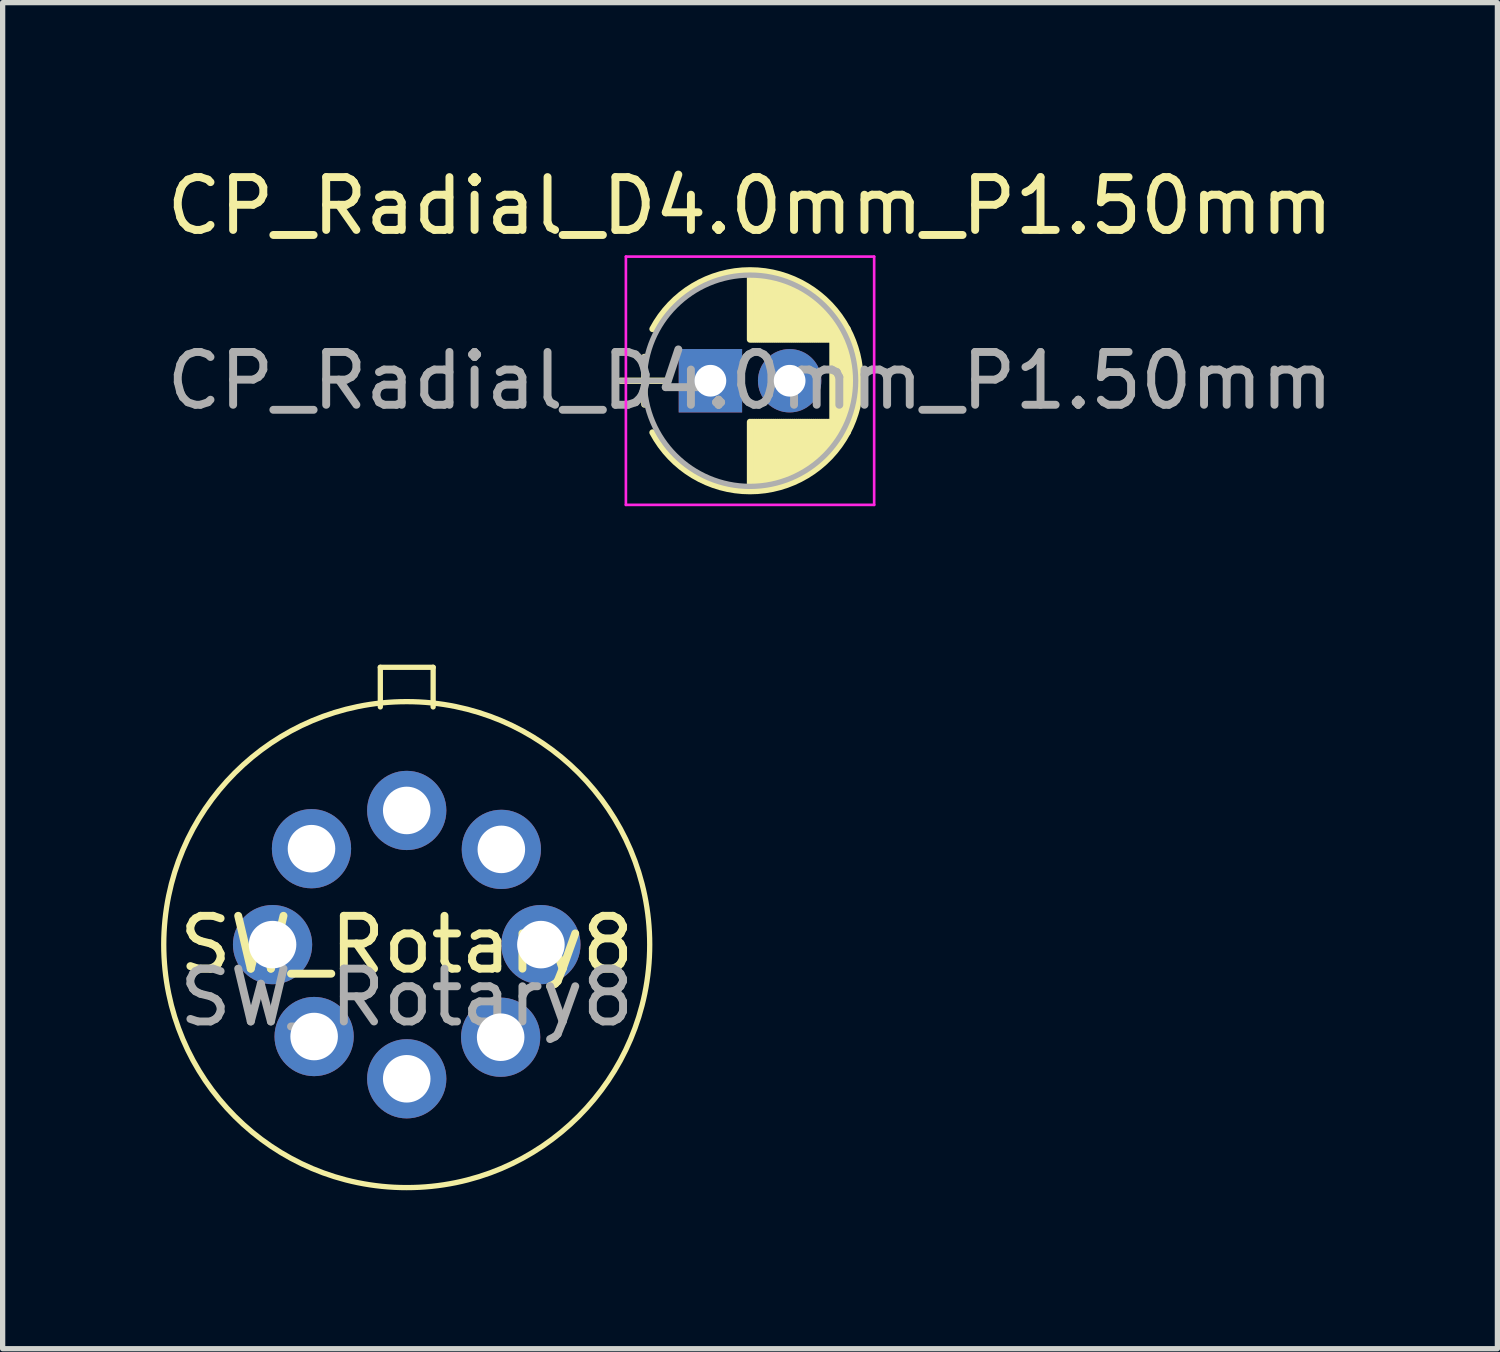
<source format=kicad_pcb>
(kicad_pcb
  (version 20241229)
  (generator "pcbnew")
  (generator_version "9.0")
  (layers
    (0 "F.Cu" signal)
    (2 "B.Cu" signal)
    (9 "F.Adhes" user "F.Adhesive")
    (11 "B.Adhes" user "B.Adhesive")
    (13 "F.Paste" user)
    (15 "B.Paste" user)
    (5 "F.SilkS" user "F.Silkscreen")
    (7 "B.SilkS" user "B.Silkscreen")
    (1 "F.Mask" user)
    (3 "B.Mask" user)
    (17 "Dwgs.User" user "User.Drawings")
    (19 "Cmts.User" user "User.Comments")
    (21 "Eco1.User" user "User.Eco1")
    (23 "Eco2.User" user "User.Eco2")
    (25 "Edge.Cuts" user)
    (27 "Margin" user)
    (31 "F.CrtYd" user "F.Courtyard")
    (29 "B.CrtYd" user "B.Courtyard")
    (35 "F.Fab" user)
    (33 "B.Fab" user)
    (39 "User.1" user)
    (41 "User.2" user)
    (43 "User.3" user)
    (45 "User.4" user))
  (footprint "CP_Radial_D4.0mm_P1.50mm"
    (layer "F.Cu")
    (at 10.399 4.158)
    (property "Reference" "CP_Radial_D4.0mm_P1.50mm" (at 0.75 -3.31 0) (layer "F.SilkS") (effects (font (size 1 1) (thickness 0.15))))
    (attr through_hole)
    (fp_line (start -1.7 0) (end -0.8 0) (stroke (width 0.12) (type solid)) (layer "F.SilkS"))
    (fp_line (start -1.25 -0.45) (end -1.25 0.45) (stroke (width 0.12) (type solid)) (layer "F.SilkS"))
    (fp_line (start 0.75 -2.05) (end 0.75 -0.78) (stroke (width 0.12) (type solid)) (layer "F.SilkS"))
    (fp_line (start 0.75 0.78) (end 0.75 2.05) (stroke (width 0.12) (type solid)) (layer "F.SilkS"))
    (fp_line (start 0.79 -2.05) (end 0.79 -0.78) (stroke (width 0.12) (type solid)) (layer "F.SilkS"))
    (fp_line (start 0.79 0.78) (end 0.79 2.05) (stroke (width 0.12) (type solid)) (layer "F.SilkS"))
    (fp_line (start 0.83 -2.049) (end 0.83 -0.78) (stroke (width 0.12) (type solid)) (layer "F.SilkS"))
    (fp_line (start 0.83 0.78) (end 0.83 2.049) (stroke (width 0.12) (type solid)) (layer "F.SilkS"))
    (fp_line (start 0.87 -2.047) (end 0.87 -0.78) (stroke (width 0.12) (type solid)) (layer "F.SilkS"))
    (fp_line (start 0.87 0.78) (end 0.87 2.047) (stroke (width 0.12) (type solid)) (layer "F.SilkS"))
    (fp_line (start 0.91 -2.044) (end 0.91 -0.78) (stroke (width 0.12) (type solid)) (layer "F.SilkS"))
    (fp_line (start 0.91 0.78) (end 0.91 2.044) (stroke (width 0.12) (type solid)) (layer "F.SilkS"))
    (fp_line (start 0.95 -2.041) (end 0.95 -0.78) (stroke (width 0.12) (type solid)) (layer "F.SilkS"))
    (fp_line (start 0.95 0.78) (end 0.95 2.041) (stroke (width 0.12) (type solid)) (layer "F.SilkS"))
    (fp_line (start 0.99 -2.037) (end 0.99 -0.78) (stroke (width 0.12) (type solid)) (layer "F.SilkS"))
    (fp_line (start 0.99 0.78) (end 0.99 2.037) (stroke (width 0.12) (type solid)) (layer "F.SilkS"))
    (fp_line (start 1.03 -2.032) (end 1.03 -0.78) (stroke (width 0.12) (type solid)) (layer "F.SilkS"))
    (fp_line (start 1.03 0.78) (end 1.03 2.032) (stroke (width 0.12) (type solid)) (layer "F.SilkS"))
    (fp_line (start 1.07 -2.026) (end 1.07 -0.78) (stroke (width 0.12) (type solid)) (layer "F.SilkS"))
    (fp_line (start 1.07 0.78) (end 1.07 2.026) (stroke (width 0.12) (type solid)) (layer "F.SilkS"))
    (fp_line (start 1.11 -2.019) (end 1.11 -0.78) (stroke (width 0.12) (type solid)) (layer "F.SilkS"))
    (fp_line (start 1.11 0.78) (end 1.11 2.019) (stroke (width 0.12) (type solid)) (layer "F.SilkS"))
    (fp_line (start 1.15 -2.012) (end 1.15 -0.78) (stroke (width 0.12) (type solid)) (layer "F.SilkS"))
    (fp_line (start 1.15 0.78) (end 1.15 2.012) (stroke (width 0.12) (type solid)) (layer "F.SilkS"))
    (fp_line (start 1.19 -2.004) (end 1.19 -0.78) (stroke (width 0.12) (type solid)) (layer "F.SilkS"))
    (fp_line (start 1.19 0.78) (end 1.19 2.004) (stroke (width 0.12) (type solid)) (layer "F.SilkS"))
    (fp_line (start 1.23 -1.995) (end 1.23 -0.78) (stroke (width 0.12) (type solid)) (layer "F.SilkS"))
    (fp_line (start 1.23 0.78) (end 1.23 1.995) (stroke (width 0.12) (type solid)) (layer "F.SilkS"))
    (fp_line (start 1.27 -1.985) (end 1.27 -0.78) (stroke (width 0.12) (type solid)) (layer "F.SilkS"))
    (fp_line (start 1.27 0.78) (end 1.27 1.985) (stroke (width 0.12) (type solid)) (layer "F.SilkS"))
    (fp_line (start 1.31 -1.974) (end 1.31 -0.78) (stroke (width 0.12) (type solid)) (layer "F.SilkS"))
    (fp_line (start 1.31 0.78) (end 1.31 1.974) (stroke (width 0.12) (type solid)) (layer "F.SilkS"))
    (fp_line (start 1.35 -1.963) (end 1.35 -0.78) (stroke (width 0.12) (type solid)) (layer "F.SilkS"))
    (fp_line (start 1.35 0.78) (end 1.35 1.963) (stroke (width 0.12) (type solid)) (layer "F.SilkS"))
    (fp_line (start 1.39 -1.95) (end 1.39 -0.78) (stroke (width 0.12) (type solid)) (layer "F.SilkS"))
    (fp_line (start 1.39 0.78) (end 1.39 1.95) (stroke (width 0.12) (type solid)) (layer "F.SilkS"))
    (fp_line (start 1.43 -1.937) (end 1.43 -0.78) (stroke (width 0.12) (type solid)) (layer "F.SilkS"))
    (fp_line (start 1.43 0.78) (end 1.43 1.937) (stroke (width 0.12) (type solid)) (layer "F.SilkS"))
    (fp_line (start 1.471 -1.923) (end 1.471 -0.78) (stroke (width 0.12) (type solid)) (layer "F.SilkS"))
    (fp_line (start 1.471 0.78) (end 1.471 1.923) (stroke (width 0.12) (type solid)) (layer "F.SilkS"))
    (fp_line (start 1.511 -1.907) (end 1.511 -0.78) (stroke (width 0.12) (type solid)) (layer "F.SilkS"))
    (fp_line (start 1.511 0.78) (end 1.511 1.907) (stroke (width 0.12) (type solid)) (layer "F.SilkS"))
    (fp_line (start 1.551 -1.891) (end 1.551 -0.78) (stroke (width 0.12) (type solid)) (layer "F.SilkS"))
    (fp_line (start 1.551 0.78) (end 1.551 1.891) (stroke (width 0.12) (type solid)) (layer "F.SilkS"))
    (fp_line (start 1.591 -1.874) (end 1.591 -0.78) (stroke (width 0.12) (type solid)) (layer "F.SilkS"))
    (fp_line (start 1.591 0.78) (end 1.591 1.874) (stroke (width 0.12) (type solid)) (layer "F.SilkS"))
    (fp_line (start 1.631 -1.856) (end 1.631 -0.78) (stroke (width 0.12) (type solid)) (layer "F.SilkS"))
    (fp_line (start 1.631 0.78) (end 1.631 1.856) (stroke (width 0.12) (type solid)) (layer "F.SilkS"))
    (fp_line (start 1.671 -1.837) (end 1.671 -0.78) (stroke (width 0.12) (type solid)) (layer "F.SilkS"))
    (fp_line (start 1.671 0.78) (end 1.671 1.837) (stroke (width 0.12) (type solid)) (layer "F.SilkS"))
    (fp_line (start 1.711 -1.817) (end 1.711 -0.78) (stroke (width 0.12) (type solid)) (layer "F.SilkS"))
    (fp_line (start 1.711 0.78) (end 1.711 1.817) (stroke (width 0.12) (type solid)) (layer "F.SilkS"))
    (fp_line (start 1.751 -1.796) (end 1.751 -0.78) (stroke (width 0.12) (type solid)) (layer "F.SilkS"))
    (fp_line (start 1.751 0.78) (end 1.751 1.796) (stroke (width 0.12) (type solid)) (layer "F.SilkS"))
    (fp_line (start 1.791 -1.773) (end 1.791 -0.78) (stroke (width 0.12) (type solid)) (layer "F.SilkS"))
    (fp_line (start 1.791 0.78) (end 1.791 1.773) (stroke (width 0.12) (type solid)) (layer "F.SilkS"))
    (fp_line (start 1.831 -1.75) (end 1.831 -0.78) (stroke (width 0.12) (type solid)) (layer "F.SilkS"))
    (fp_line (start 1.831 0.78) (end 1.831 1.75) (stroke (width 0.12) (type solid)) (layer "F.SilkS"))
    (fp_line (start 1.871 -1.725) (end 1.871 -0.78) (stroke (width 0.12) (type solid)) (layer "F.SilkS"))
    (fp_line (start 1.871 0.78) (end 1.871 1.725) (stroke (width 0.12) (type solid)) (layer "F.SilkS"))
    (fp_line (start 1.911 -1.699) (end 1.911 -0.78) (stroke (width 0.12) (type solid)) (layer "F.SilkS"))
    (fp_line (start 1.911 0.78) (end 1.911 1.699) (stroke (width 0.12) (type solid)) (layer "F.SilkS"))
    (fp_line (start 1.951 -1.672) (end 1.951 -0.78) (stroke (width 0.12) (type solid)) (layer "F.SilkS"))
    (fp_line (start 1.951 0.78) (end 1.951 1.672) (stroke (width 0.12) (type solid)) (layer "F.SilkS"))
    (fp_line (start 1.991 -1.643) (end 1.991 -0.78) (stroke (width 0.12) (type solid)) (layer "F.SilkS"))
    (fp_line (start 1.991 0.78) (end 1.991 1.643) (stroke (width 0.12) (type solid)) (layer "F.SilkS"))
    (fp_line (start 2.031 -1.613) (end 2.031 -0.78) (stroke (width 0.12) (type solid)) (layer "F.SilkS"))
    (fp_line (start 2.031 0.78) (end 2.031 1.613) (stroke (width 0.12) (type solid)) (layer "F.SilkS"))
    (fp_line (start 2.071 -1.581) (end 2.071 -0.78) (stroke (width 0.12) (type solid)) (layer "F.SilkS"))
    (fp_line (start 2.071 0.78) (end 2.071 1.581) (stroke (width 0.12) (type solid)) (layer "F.SilkS"))
    (fp_line (start 2.111 -1.547) (end 2.111 -0.78) (stroke (width 0.12) (type solid)) (layer "F.SilkS"))
    (fp_line (start 2.111 0.78) (end 2.111 1.547) (stroke (width 0.12) (type solid)) (layer "F.SilkS"))
    (fp_line (start 2.151 -1.512) (end 2.151 -0.78) (stroke (width 0.12) (type solid)) (layer "F.SilkS"))
    (fp_line (start 2.151 0.78) (end 2.151 1.512) (stroke (width 0.12) (type solid)) (layer "F.SilkS"))
    (fp_line (start 2.191 -1.475) (end 2.191 -0.78) (stroke (width 0.12) (type solid)) (layer "F.SilkS"))
    (fp_line (start 2.191 0.78) (end 2.191 1.475) (stroke (width 0.12) (type solid)) (layer "F.SilkS"))
    (fp_line (start 2.231 -1.436) (end 2.231 -0.78) (stroke (width 0.12) (type solid)) (layer "F.SilkS"))
    (fp_line (start 2.231 0.78) (end 2.231 1.436) (stroke (width 0.12) (type solid)) (layer "F.SilkS"))
    (fp_line (start 2.271 -1.395) (end 2.271 -0.78) (stroke (width 0.12) (type solid)) (layer "F.SilkS"))
    (fp_line (start 2.271 0.78) (end 2.271 1.395) (stroke (width 0.12) (type solid)) (layer "F.SilkS"))
    (fp_line (start 2.311 -1.351) (end 2.311 1.351) (stroke (width 0.12) (type solid)) (layer "F.SilkS"))
    (fp_line (start 2.351 -1.305) (end 2.351 1.305) (stroke (width 0.12) (type solid)) (layer "F.SilkS"))
    (fp_line (start 2.391 -1.256) (end 2.391 1.256) (stroke (width 0.12) (type solid)) (layer "F.SilkS"))
    (fp_line (start 2.431 -1.204) (end 2.431 1.204) (stroke (width 0.12) (type solid)) (layer "F.SilkS"))
    (fp_line (start 2.471 -1.148) (end 2.471 1.148) (stroke (width 0.12) (type solid)) (layer "F.SilkS"))
    (fp_line (start 2.511 -1.088) (end 2.511 1.088) (stroke (width 0.12) (type solid)) (layer "F.SilkS"))
    (fp_line (start 2.551 -1.023) (end 2.551 1.023) (stroke (width 0.12) (type solid)) (layer "F.SilkS"))
    (fp_line (start 2.591 -0.952) (end 2.591 0.952) (stroke (width 0.12) (type solid)) (layer "F.SilkS"))
    (fp_line (start 2.631 -0.874) (end 2.631 0.874) (stroke (width 0.12) (type solid)) (layer "F.SilkS"))
    (fp_line (start 2.671 -0.786) (end 2.671 0.786) (stroke (width 0.12) (type solid)) (layer "F.SilkS"))
    (fp_line (start 2.711 -0.686) (end 2.711 0.686) (stroke (width 0.12) (type solid)) (layer "F.SilkS"))
    (fp_line (start 2.751 -0.567) (end 2.751 0.567) (stroke (width 0.12) (type solid)) (layer "F.SilkS"))
    (fp_line (start 2.791 -0.415) (end 2.791 0.415) (stroke (width 0.12) (type solid)) (layer "F.SilkS"))
    (fp_line (start 2.831 -0.165) (end 2.831 0.165) (stroke (width 0.12) (type solid)) (layer "F.SilkS"))
    (fp_arc (start -1.095996 -0.98) (mid 0.75047 -2.09) (end 2.596436 -0.97917) (stroke (width 0.12) (type solid)) (layer "F.SilkS"))
    (fp_arc (start 2.595996 -0.98) (mid 2.84 -0.00047) (end 2.596436 0.97917) (stroke (width 0.12) (type solid)) (layer "F.SilkS"))
    (fp_arc (start 2.596436 0.97917) (mid 0.75047 2.09) (end -1.095996 0.98) (stroke (width 0.12) (type solid)) (layer "F.SilkS"))
    (fp_line (start -1.6 -2.35) (end -1.6 2.35) (stroke (width 0.05) (type solid)) (layer "F.CrtYd"))
    (fp_line (start -1.6 2.35) (end 3.1 2.35) (stroke (width 0.05) (type solid)) (layer "F.CrtYd"))
    (fp_line (start 3.1 -2.35) (end -1.6 -2.35) (stroke (width 0.05) (type solid)) (layer "F.CrtYd"))
    (fp_line (start 3.1 2.35) (end 3.1 -2.35) (stroke (width 0.05) (type solid)) (layer "F.CrtYd"))
    (fp_line (start -1.7 0) (end -0.8 0) (stroke (width 0.1) (type solid)) (layer "F.Fab"))
    (fp_line (start -1.25 -0.45) (end -1.25 0.45) (stroke (width 0.1) (type solid)) (layer "F.Fab"))
    (fp_circle (center 0.75 0) (end 2.75 0) (stroke (width 0.1) (type solid)) (fill no) (layer "F.Fab"))
    (fp_text user "${REFERENCE}" (at 0.75 0 0) (layer "F.Fab") (effects (font (size 1 1) (thickness 0.15))))
    (pad "1" thru_hole rect (at 0 0) (size 1.2 1.2) (drill 0.6) (layers "*.Cu" "*.Mask"))
    (pad "2" thru_hole circle (at 1.5 0) (size 1.2 1.2) (drill 0.6) (layers "*.Cu" "*.Mask")))
  (footprint "SW_Rotary8"
    (layer "F.Cu")
    (at 4.65 14.833)
    (property "Reference" "SW_Rotary8" (at 0 0 0) (layer "F.SilkS") (effects (font (size 1 1) (thickness 0.15))))
    (attr through_hole)
    (fp_line (start -0.5 -5.25) (end -0.5 -4.5) (stroke (width 0.1) (type solid)) (layer "F.SilkS"))
    (fp_line (start -0.5 -5.25) (end 0.5 -5.25) (stroke (width 0.1) (type solid)) (layer "F.SilkS"))
    (fp_line (start 0.5 -5.25) (end 0.5 -4.5) (stroke (width 0.1) (type solid)) (layer "F.SilkS"))
    (fp_circle (center 0 0) (end 4.6 0) (stroke (width 0.1) (type solid)) (fill no) (layer "F.SilkS"))
    (fp_text user "${REFERENCE}" (at 0 1 180) (layer "F.Fab") (effects (font (size 1 1) (thickness 0.15))))
    (pad "1" thru_hole circle (at 1.791 -1.803) (size 1.5 1.5) (drill 0.9) (layers "*.Cu" "*.Mask"))
    (pad "2" thru_hole oval (at 2.54 0) (size 1.5 1.5) (drill 0.9) (layers "*.Cu" "*.Mask"))
    (pad "3" thru_hole oval (at 1.778 1.753) (size 1.5 1.5) (drill 0.9) (layers "*.Cu" "*.Mask"))
    (pad "4" thru_hole oval (at 0 2.54) (size 1.5 1.5) (drill 0.9) (layers "*.Cu" "*.Mask"))
    (pad "5" thru_hole oval (at -1.753 1.74) (size 1.5 1.5) (drill 0.9) (layers "*.Cu" "*.Mask"))
    (pad "6" thru_hole oval (at -2.54 0) (size 1.5 1.5) (drill 0.9) (layers "*.Cu" "*.Mask"))
    (pad "7" thru_hole oval (at -1.803 -1.816) (size 1.5 1.5) (drill 0.9) (layers "*.Cu" "*.Mask"))
    (pad "8" thru_hole circle (at 0 -2.54) (size 1.5 1.5) (drill 0.9) (layers "*.Cu" "*.Mask")))
  (gr_rect
    (start -3 -3)
    (end 25.298 22.483)
    (stroke (width 0.1) (type default))
    (fill no)
    (layer "Edge.Cuts")))
</source>
